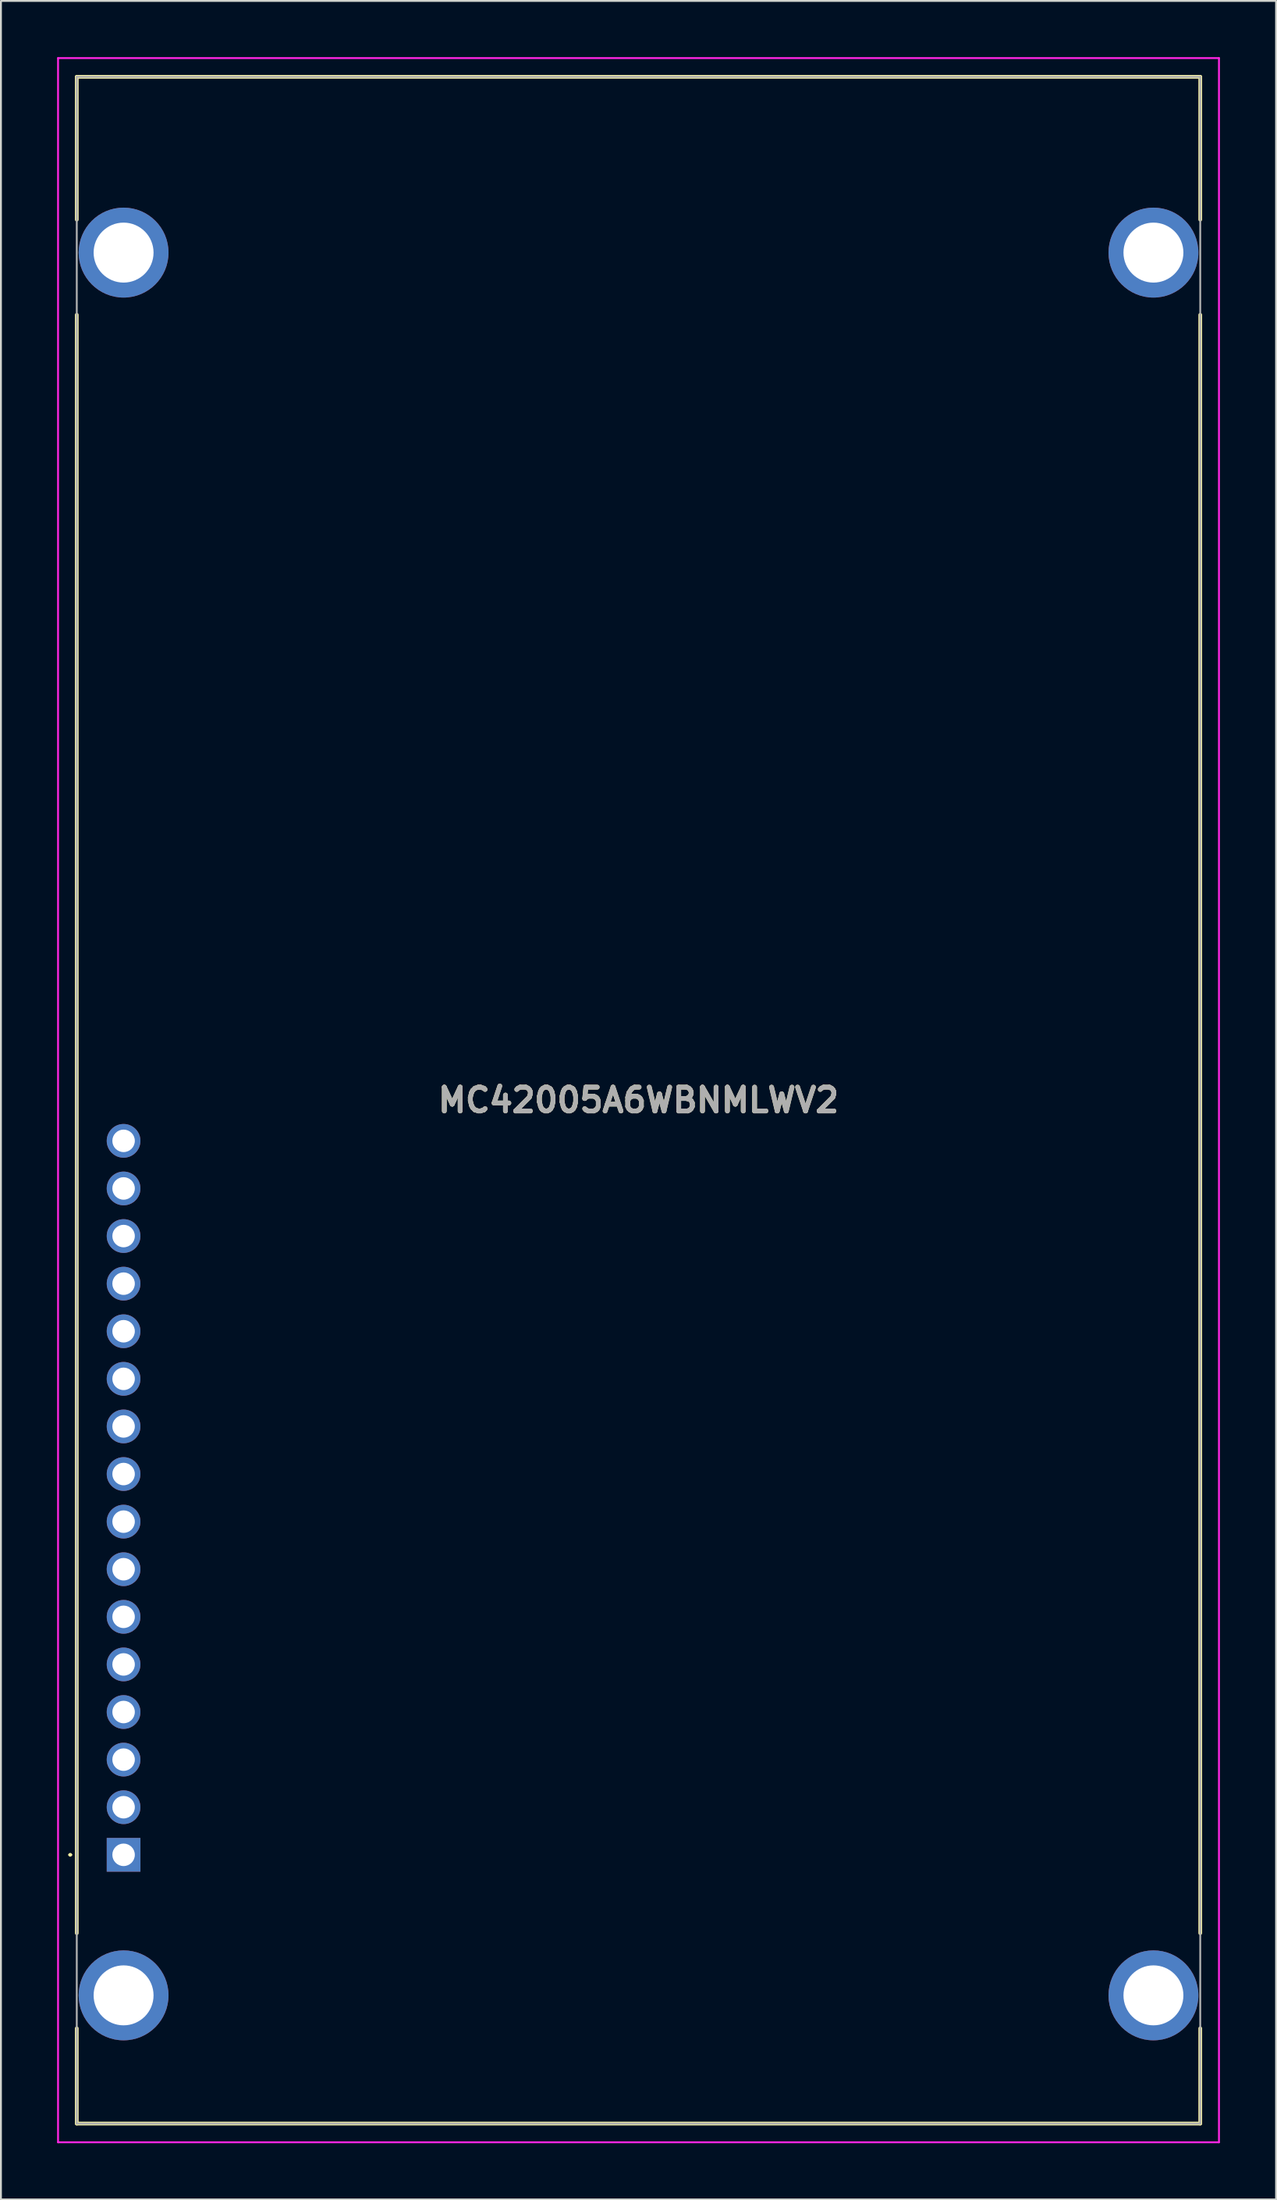
<source format=kicad_pcb>
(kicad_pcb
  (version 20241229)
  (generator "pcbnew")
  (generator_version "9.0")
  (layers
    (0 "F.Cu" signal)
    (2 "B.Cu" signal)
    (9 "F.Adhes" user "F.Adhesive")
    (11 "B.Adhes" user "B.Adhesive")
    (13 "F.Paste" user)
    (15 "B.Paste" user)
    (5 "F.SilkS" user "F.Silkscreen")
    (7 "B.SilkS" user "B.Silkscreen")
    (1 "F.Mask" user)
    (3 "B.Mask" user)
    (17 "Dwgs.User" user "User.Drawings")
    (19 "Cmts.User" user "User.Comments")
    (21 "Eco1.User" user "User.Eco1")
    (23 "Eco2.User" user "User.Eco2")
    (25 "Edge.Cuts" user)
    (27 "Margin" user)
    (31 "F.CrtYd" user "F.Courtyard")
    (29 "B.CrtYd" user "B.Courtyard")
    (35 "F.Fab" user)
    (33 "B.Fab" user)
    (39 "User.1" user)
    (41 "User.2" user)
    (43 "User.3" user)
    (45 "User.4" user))
  (footprint "MC42005A6WBNMLWV2"
    (layer "F.Cu")
    (at 3.55 95.93)
    (property "Reference" "MC42005A6WBNMLWV2" (at 27.5 -40.27 0) (layer "F.SilkS") (effects (font (size 1.27 1.27) (thickness 0.254))))
    (attr through_hole)
    (fp_line (start -2.9 0) (end -2.9 0) (stroke (width 0.1) (type solid)) (layer "F.SilkS"))
    (fp_line (start -2.8 0) (end -2.8 0) (stroke (width 0.1) (type solid)) (layer "F.SilkS"))
    (fp_line (start -2.5 -94.88) (end 57.5 -94.88) (stroke (width 0.2) (type solid)) (layer "F.SilkS"))
    (fp_line (start -2.5 -87.26) (end -2.5 -94.88) (stroke (width 0.2) (type solid)) (layer "F.SilkS"))
    (fp_line (start -2.5 -82.18) (end -2.5 4.18) (stroke (width 0.2) (type solid)) (layer "F.SilkS"))
    (fp_line (start -2.5 9.26) (end -2.5 14.34) (stroke (width 0.2) (type solid)) (layer "F.SilkS"))
    (fp_line (start -2.5 14.34) (end 57.5 14.34) (stroke (width 0.2) (type solid)) (layer "F.SilkS"))
    (fp_line (start 57.5 -94.88) (end 57.5 -87.26) (stroke (width 0.2) (type solid)) (layer "F.SilkS"))
    (fp_line (start 57.5 -82.18) (end 57.5 4.18) (stroke (width 0.2) (type solid)) (layer "F.SilkS"))
    (fp_line (start 57.5 14.34) (end 57.5 9.26) (stroke (width 0.2) (type solid)) (layer "F.SilkS"))
    (fp_arc (start -2.9 0) (mid -2.85 -0.05) (end -2.8 0) (stroke (width 0.1) (type solid)) (layer "F.SilkS"))
    (fp_arc (start -2.8 0) (mid -2.85 0.05) (end -2.9 0) (stroke (width 0.1) (type solid)) (layer "F.SilkS"))
    (fp_line (start -3.5 -95.88) (end 58.5 -95.88) (stroke (width 0.1) (type solid)) (layer "F.CrtYd"))
    (fp_line (start -3.5 15.34) (end -3.5 -95.88) (stroke (width 0.1) (type solid)) (layer "F.CrtYd"))
    (fp_line (start 58.5 -95.88) (end 58.5 15.34) (stroke (width 0.1) (type solid)) (layer "F.CrtYd"))
    (fp_line (start 58.5 15.34) (end -3.5 15.34) (stroke (width 0.1) (type solid)) (layer "F.CrtYd"))
    (fp_line (start -2.5 -94.88) (end 57.5 -94.88) (stroke (width 0.1) (type solid)) (layer "F.Fab"))
    (fp_line (start -2.5 14.34) (end -2.5 -94.88) (stroke (width 0.1) (type solid)) (layer "F.Fab"))
    (fp_line (start 57.5 -94.88) (end 57.5 14.34) (stroke (width 0.1) (type solid)) (layer "F.Fab"))
    (fp_line (start 57.5 14.34) (end -2.5 14.34) (stroke (width 0.1) (type solid)) (layer "F.Fab"))
    (fp_text user "${REFERENCE}" (at 27.5 -40.27 0) (layer "F.Fab") (effects (font (size 1.27 1.27) (thickness 0.254))))
    (pad "1" thru_hole rect (at 0 0) (size 1.8 1.8) (drill 1.2) (layers "*.Cu" "*.Mask"))
    (pad "2" thru_hole circle (at 0 -2.54) (size 1.8 1.8) (drill 1.2) (layers "*.Cu" "*.Mask"))
    (pad "3" thru_hole circle (at 0 -5.08) (size 1.8 1.8) (drill 1.2) (layers "*.Cu" "*.Mask"))
    (pad "4" thru_hole circle (at 0 -7.62) (size 1.8 1.8) (drill 1.2) (layers "*.Cu" "*.Mask"))
    (pad "5" thru_hole circle (at 0 -10.16) (size 1.8 1.8) (drill 1.2) (layers "*.Cu" "*.Mask"))
    (pad "6" thru_hole circle (at 0 -12.7) (size 1.8 1.8) (drill 1.2) (layers "*.Cu" "*.Mask"))
    (pad "7" thru_hole circle (at 0 -15.24) (size 1.8 1.8) (drill 1.2) (layers "*.Cu" "*.Mask"))
    (pad "8" thru_hole circle (at 0 -17.78) (size 1.8 1.8) (drill 1.2) (layers "*.Cu" "*.Mask"))
    (pad "9" thru_hole circle (at 0 -20.32) (size 1.8 1.8) (drill 1.2) (layers "*.Cu" "*.Mask"))
    (pad "10" thru_hole circle (at 0 -22.86) (size 1.8 1.8) (drill 1.2) (layers "*.Cu" "*.Mask"))
    (pad "11" thru_hole circle (at 0 -25.4) (size 1.8 1.8) (drill 1.2) (layers "*.Cu" "*.Mask"))
    (pad "12" thru_hole circle (at 0 -27.94) (size 1.8 1.8) (drill 1.2) (layers "*.Cu" "*.Mask"))
    (pad "13" thru_hole circle (at 0 -30.48) (size 1.8 1.8) (drill 1.2) (layers "*.Cu" "*.Mask"))
    (pad "14" thru_hole circle (at 0 -33.02) (size 1.8 1.8) (drill 1.2) (layers "*.Cu" "*.Mask"))
    (pad "15" thru_hole circle (at 0 -35.56) (size 1.8 1.8) (drill 1.2) (layers "*.Cu" "*.Mask"))
    (pad "16" thru_hole circle (at 0 -38.1) (size 1.8 1.8) (drill 1.2) (layers "*.Cu" "*.Mask"))
    (pad "MH1" thru_hole circle (at 0 7.5) (size 4.8 4.8) (drill 3.2) (layers "*.Cu" "*.Mask"))
    (pad "MH2" thru_hole circle (at 0 -85.5) (size 4.8 4.8) (drill 3.2) (layers "*.Cu" "*.Mask"))
    (pad "MH3" thru_hole circle (at 55 7.5) (size 4.8 4.8) (drill 3.2) (layers "*.Cu" "*.Mask"))
    (pad "MH4" thru_hole circle (at 55 -85.5) (size 4.8 4.8) (drill 3.2) (layers "*.Cu" "*.Mask")))
  (gr_rect
    (start -3 -3)
    (end 65.1 114.32)
    (stroke (width 0.1) (type default))
    (fill no)
    (layer "Edge.Cuts")))
</source>
